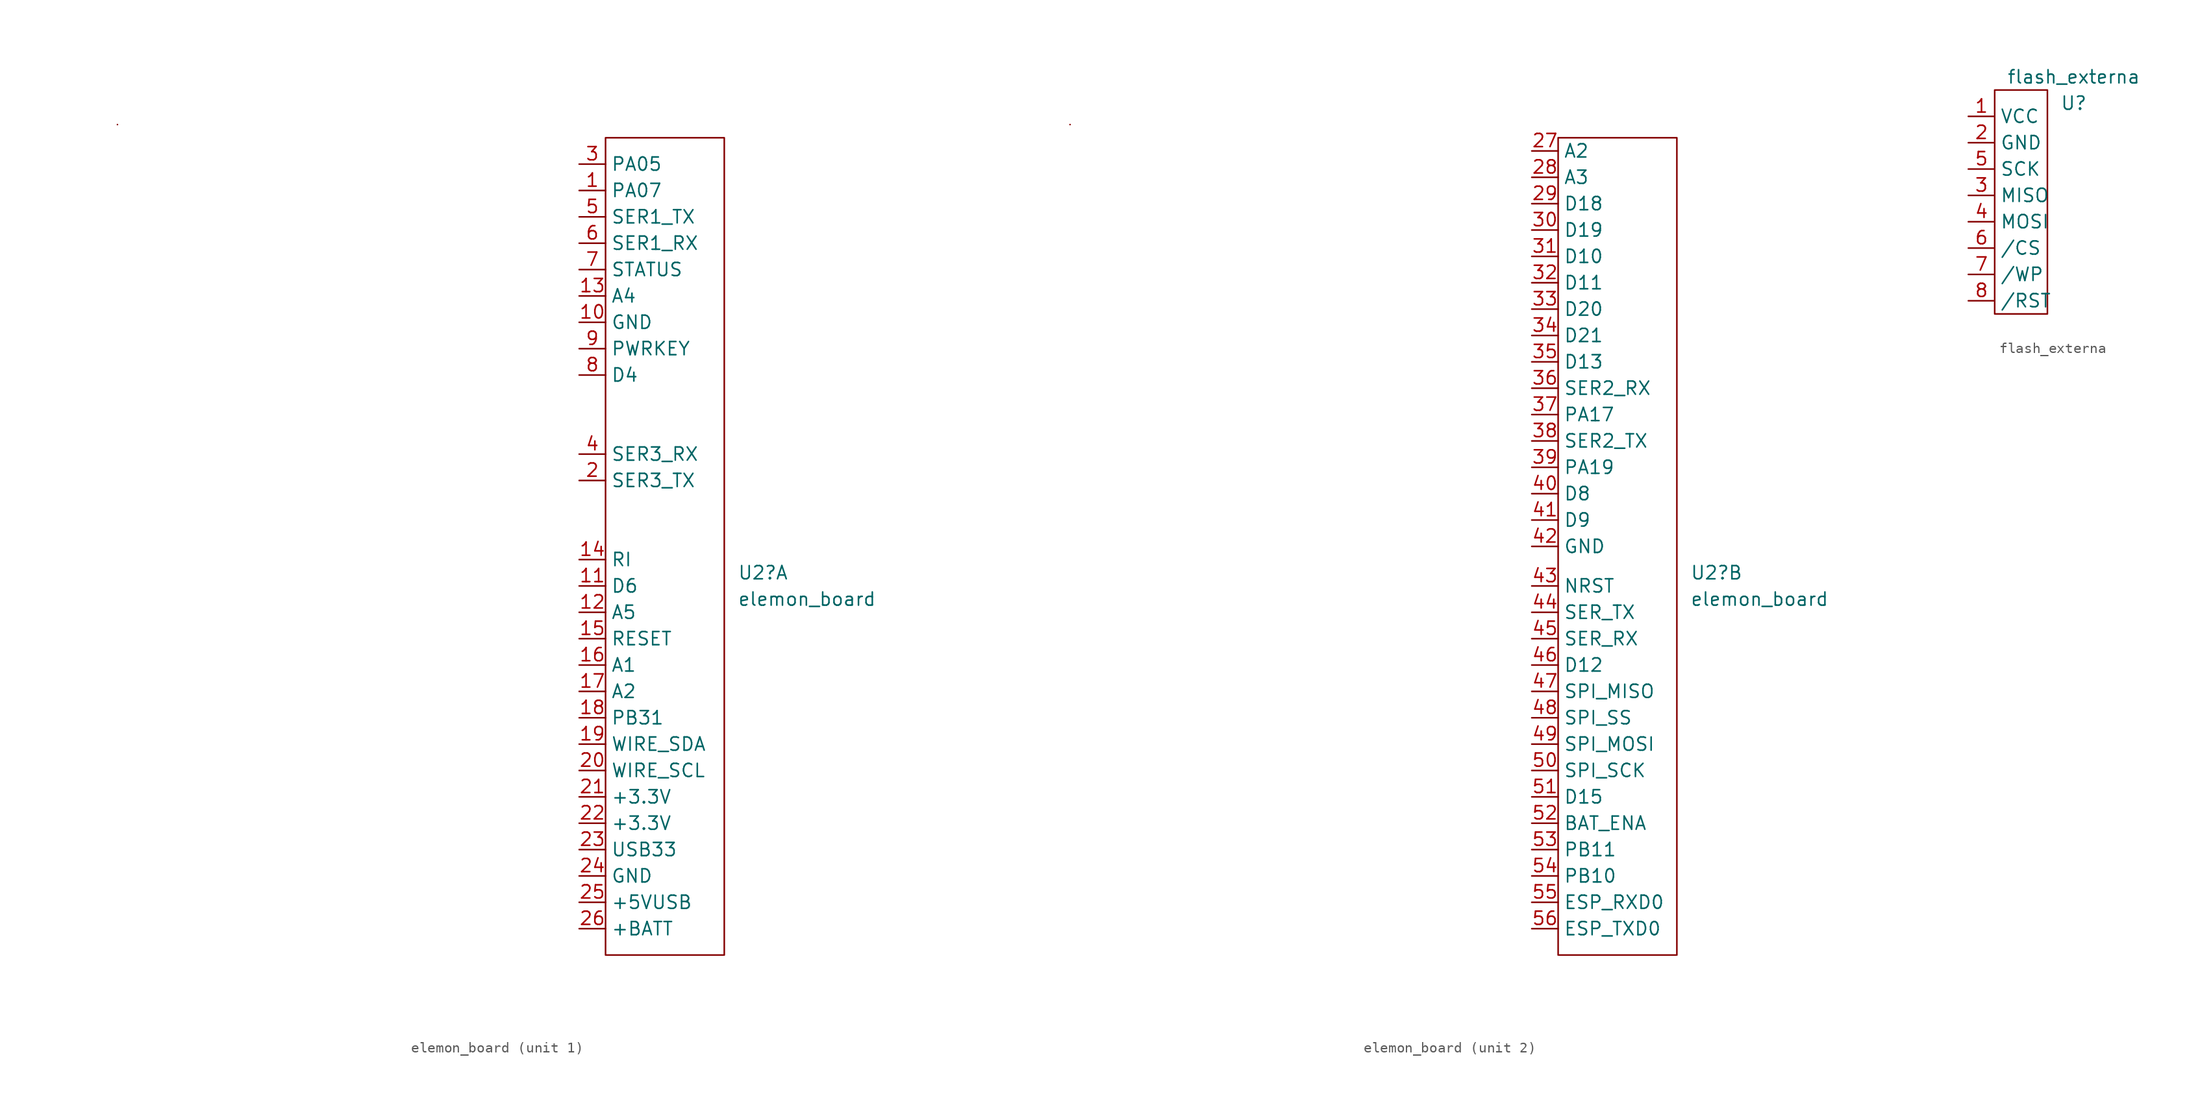
<source format=kicad_sym>
(kicad_symbol_lib
  (version 20211014)
  (generator kicad_symbol_editor)
  (symbol "elemon_board"
    (property "Reference" "U2"
      (at 12.7 -43.18 0)
      (effects (font (size 1.27 1.27)) (justify left)))
    (property "Value" "elemon_board"
      (at 12.7 -45.72 0)
      (effects (font (size 1.27 1.27)) (justify left)))
    (property "ki_locked" ""
      (at 0 0 0)
      (effects (font (size 1.27 1.27))))
    (symbol "elemon_board_0_1"
      (rectangle (start -46.99 0) (end -46.99 0) (stroke (width 0) (type default) (color 0 0 0 0)) (fill (type none)))
      (rectangle (start 0 -1.27) (end 11.43 -80.01) (stroke (width 0) (type default) (color 0 0 0 0)) (fill (type none))))
    (symbol "elemon_board_1_1"
      (pin bidirectional line (at -2.54 -6.35 0) (length 2.54) (name "PA07" (effects (font (size 1.27 1.27)))) (number "1" (effects (font (size 1.27 1.27)))))
      (pin power_out line (at -2.54 -19.05 0) (length 2.54) (name "GND" (effects (font (size 1.27 1.27)))) (number "10" (effects (font (size 1.27 1.27)))))
      (pin bidirectional line (at -2.54 -44.45 0) (length 2.54) (name "D6" (effects (font (size 1.27 1.27)))) (number "11" (effects (font (size 1.27 1.27)))))
      (pin bidirectional line (at -2.54 -46.99 0) (length 2.54) (name "A5" (effects (font (size 1.27 1.27)))) (number "12" (effects (font (size 1.27 1.27)))))
      (pin bidirectional line (at -2.54 -16.51 0) (length 2.54) (name "A4" (effects (font (size 1.27 1.27)))) (number "13" (effects (font (size 1.27 1.27)))))
      (pin bidirectional line (at -2.54 -41.91 0) (length 2.54) (name "RI" (effects (font (size 1.27 1.27)))) (number "14" (effects (font (size 1.27 1.27)))))
      (pin input line (at -2.54 -49.53 0) (length 2.54) (name "RESET" (effects (font (size 1.27 1.27)))) (number "15" (effects (font (size 1.27 1.27)))))
      (pin bidirectional line (at -2.54 -52.07 0) (length 2.54) (name "A1" (effects (font (size 1.27 1.27)))) (number "16" (effects (font (size 1.27 1.27)))))
      (pin bidirectional line (at -2.54 -54.61 0) (length 2.54) (name "A2" (effects (font (size 1.27 1.27)))) (number "17" (effects (font (size 1.27 1.27)))))
      (pin bidirectional line (at -2.54 -57.15 0) (length 2.54) (name "PB31" (effects (font (size 1.27 1.27)))) (number "18" (effects (font (size 1.27 1.27)))))
      (pin bidirectional line (at -2.54 -59.69 0) (length 2.54) (name "WIRE_SDA" (effects (font (size 1.27 1.27)))) (number "19" (effects (font (size 1.27 1.27)))))
      (pin bidirectional line (at -2.54 -34.29 0) (length 2.54) (name "SER3_TX" (effects (font (size 1.27 1.27)))) (number "2" (effects (font (size 1.27 1.27)))))
      (pin bidirectional line (at -2.54 -62.23 0) (length 2.54) (name "WIRE_SCL" (effects (font (size 1.27 1.27)))) (number "20" (effects (font (size 1.27 1.27)))))
      (pin power_out line (at -2.54 -64.77 0) (length 2.54) (name "+3.3V" (effects (font (size 1.27 1.27)))) (number "21" (effects (font (size 1.27 1.27)))))
      (pin power_out line (at -2.54 -67.31 0) (length 2.54) (name "+3.3V" (effects (font (size 1.27 1.27)))) (number "22" (effects (font (size 1.27 1.27)))))
      (pin power_out line (at -2.54 -69.85 0) (length 2.54) (name "USB33" (effects (font (size 1.27 1.27)))) (number "23" (effects (font (size 1.27 1.27)))))
      (pin power_out line (at -2.54 -72.39 0) (length 2.54) (name "GND" (effects (font (size 1.27 1.27)))) (number "24" (effects (font (size 1.27 1.27)))))
      (pin power_out line (at -2.54 -74.93 0) (length 2.54) (name "+5VUSB" (effects (font (size 1.27 1.27)))) (number "25" (effects (font (size 1.27 1.27)))))
      (pin power_in line (at -2.54 -77.47 0) (length 2.54) (name "+BATT" (effects (font (size 1.27 1.27)))) (number "26" (effects (font (size 1.27 1.27)))))
      (pin bidirectional line (at -2.54 -3.81 0) (length 2.54) (name "PA05" (effects (font (size 1.27 1.27)))) (number "3" (effects (font (size 1.27 1.27)))))
      (pin bidirectional line (at -2.54 -31.75 0) (length 2.54) (name "SER3_RX" (effects (font (size 1.27 1.27)))) (number "4" (effects (font (size 1.27 1.27)))))
      (pin bidirectional line (at -2.54 -8.89 0) (length 2.54) (name "SER1_TX" (effects (font (size 1.27 1.27)))) (number "5" (effects (font (size 1.27 1.27)))))
      (pin bidirectional line (at -2.54 -11.43 0) (length 2.54) (name "SER1_RX" (effects (font (size 1.27 1.27)))) (number "6" (effects (font (size 1.27 1.27)))))
      (pin bidirectional line (at -2.54 -13.97 0) (length 2.54) (name "STATUS" (effects (font (size 1.27 1.27)))) (number "7" (effects (font (size 1.27 1.27)))))
      (pin bidirectional line (at -2.54 -24.13 0) (length 2.54) (name "D4" (effects (font (size 1.27 1.27)))) (number "8" (effects (font (size 1.27 1.27)))))
      (pin bidirectional line (at -2.54 -21.59 0) (length 2.54) (name "PWRKEY" (effects (font (size 1.27 1.27)))) (number "9" (effects (font (size 1.27 1.27))))))
    (symbol "elemon_board_2_1"
      (pin bidirectional line (at -2.54 -2.54 0) (length 2.54) (name "A2" (effects (font (size 1.27 1.27)))) (number "27" (effects (font (size 1.27 1.27)))))
      (pin bidirectional line (at -2.54 -5.08 0) (length 2.54) (name "A3" (effects (font (size 1.27 1.27)))) (number "28" (effects (font (size 1.27 1.27)))))
      (pin bidirectional line (at -2.54 -7.62 0) (length 2.54) (name "D18" (effects (font (size 1.27 1.27)))) (number "29" (effects (font (size 1.27 1.27)))))
      (pin bidirectional line (at -2.54 -10.16 0) (length 2.54) (name "D19" (effects (font (size 1.27 1.27)))) (number "30" (effects (font (size 1.27 1.27)))))
      (pin bidirectional line (at -2.54 -12.7 0) (length 2.54) (name "D10" (effects (font (size 1.27 1.27)))) (number "31" (effects (font (size 1.27 1.27)))))
      (pin bidirectional line (at -2.54 -15.24 0) (length 2.54) (name "D11" (effects (font (size 1.27 1.27)))) (number "32" (effects (font (size 1.27 1.27)))))
      (pin bidirectional line (at -2.54 -17.78 0) (length 2.54) (name "D20" (effects (font (size 1.27 1.27)))) (number "33" (effects (font (size 1.27 1.27)))))
      (pin bidirectional line (at -2.54 -20.32 0) (length 2.54) (name "D21" (effects (font (size 1.27 1.27)))) (number "34" (effects (font (size 1.27 1.27)))))
      (pin bidirectional line (at -2.54 -22.86 0) (length 2.54) (name "D13" (effects (font (size 1.27 1.27)))) (number "35" (effects (font (size 1.27 1.27)))))
      (pin bidirectional line (at -2.54 -25.4 0) (length 2.54) (name "SER2_RX" (effects (font (size 1.27 1.27)))) (number "36" (effects (font (size 1.27 1.27)))))
      (pin bidirectional line (at -2.54 -27.94 0) (length 2.54) (name "PA17" (effects (font (size 1.27 1.27)))) (number "37" (effects (font (size 1.27 1.27)))))
      (pin bidirectional line (at -2.54 -30.48 0) (length 2.54) (name "SER2_TX" (effects (font (size 1.27 1.27)))) (number "38" (effects (font (size 1.27 1.27)))))
      (pin bidirectional line (at -2.54 -33.02 0) (length 2.54) (name "PA19" (effects (font (size 1.27 1.27)))) (number "39" (effects (font (size 1.27 1.27)))))
      (pin bidirectional line (at -2.54 -35.56 0) (length 2.54) (name "D8" (effects (font (size 1.27 1.27)))) (number "40" (effects (font (size 1.27 1.27)))))
      (pin bidirectional line (at -2.54 -38.1 0) (length 2.54) (name "D9" (effects (font (size 1.27 1.27)))) (number "41" (effects (font (size 1.27 1.27)))))
      (pin power_out line (at -2.54 -40.64 0) (length 2.54) (name "GND" (effects (font (size 1.27 1.27)))) (number "42" (effects (font (size 1.27 1.27)))))
      (pin input line (at -2.54 -44.45 0) (length 2.54) (name "NRST" (effects (font (size 1.27 1.27)))) (number "43" (effects (font (size 1.27 1.27)))))
      (pin bidirectional line (at -2.54 -46.99 0) (length 2.54) (name "SER_TX" (effects (font (size 1.27 1.27)))) (number "44" (effects (font (size 1.27 1.27)))))
      (pin bidirectional line (at -2.54 -49.53 0) (length 2.54) (name "SER_RX" (effects (font (size 1.27 1.27)))) (number "45" (effects (font (size 1.27 1.27)))))
      (pin bidirectional line (at -2.54 -52.07 0) (length 2.54) (name "D12" (effects (font (size 1.27 1.27)))) (number "46" (effects (font (size 1.27 1.27)))))
      (pin bidirectional line (at -2.54 -54.61 0) (length 2.54) (name "SPI_MISO" (effects (font (size 1.27 1.27)))) (number "47" (effects (font (size 1.27 1.27)))))
      (pin bidirectional line (at -2.54 -57.15 0) (length 2.54) (name "SPI_SS" (effects (font (size 1.27 1.27)))) (number "48" (effects (font (size 1.27 1.27)))))
      (pin bidirectional line (at -2.54 -59.69 0) (length 2.54) (name "SPI_MOSI" (effects (font (size 1.27 1.27)))) (number "49" (effects (font (size 1.27 1.27)))))
      (pin bidirectional line (at -2.54 -62.23 0) (length 2.54) (name "SPI_SCK" (effects (font (size 1.27 1.27)))) (number "50" (effects (font (size 1.27 1.27)))))
      (pin bidirectional line (at -2.54 -64.77 0) (length 2.54) (name "D15" (effects (font (size 1.27 1.27)))) (number "51" (effects (font (size 1.27 1.27)))))
      (pin bidirectional line (at -2.54 -67.31 0) (length 2.54) (name "BAT_ENA" (effects (font (size 1.27 1.27)))) (number "52" (effects (font (size 1.27 1.27)))))
      (pin bidirectional line (at -2.54 -69.85 0) (length 2.54) (name "PB11" (effects (font (size 1.27 1.27)))) (number "53" (effects (font (size 1.27 1.27)))))
      (pin bidirectional line (at -2.54 -72.39 0) (length 2.54) (name "PB10" (effects (font (size 1.27 1.27)))) (number "54" (effects (font (size 1.27 1.27)))))
      (pin bidirectional line (at -2.54 -74.93 0) (length 2.54) (name "ESP_RXD0" (effects (font (size 1.27 1.27)))) (number "55" (effects (font (size 1.27 1.27)))))
      (pin bidirectional line (at -2.54 -77.47 0) (length 2.54) (name "ESP_TXD0" (effects (font (size 1.27 1.27)))) (number "56" (effects (font (size 1.27 1.27)))))))
  (symbol "flash_externa"
    (property "Reference" "U"
      (at 7.62 -1.27 0)
      (effects (font (size 1.27 1.27))))
    (property "Value" "flash_externa"
      (at 7.62 1.27 0)
      (effects (font (size 1.27 1.27))))
    (symbol "flash_externa_0_1"
      (rectangle (start 0 0) (end 5.08 -21.59) (stroke (width 0) (type default) (color 0 0 0 0)) (fill (type none))))
    (symbol "flash_externa_1_1"
      (pin power_in line (at -2.54 -2.54 0) (length 2.54) (name "VCC" (effects (font (size 1.27 1.27)))) (number "1" (effects (font (size 1.27 1.27)))))
      (pin power_in line (at -2.54 -5.08 0) (length 2.54) (name "GND" (effects (font (size 1.27 1.27)))) (number "2" (effects (font (size 1.27 1.27)))))
      (pin output line (at -2.54 -10.16 0) (length 2.54) (name "MISO" (effects (font (size 1.27 1.27)))) (number "3" (effects (font (size 1.27 1.27)))))
      (pin input line (at -2.54 -12.7 0) (length 2.54) (name "MOSI" (effects (font (size 1.27 1.27)))) (number "4" (effects (font (size 1.27 1.27)))))
      (pin input line (at -2.54 -7.62 0) (length 2.54) (name "SCK" (effects (font (size 1.27 1.27)))) (number "5" (effects (font (size 1.27 1.27)))))
      (pin input line (at -2.54 -15.24 0) (length 2.54) (name "/CS" (effects (font (size 1.27 1.27)))) (number "6" (effects (font (size 1.27 1.27)))))
      (pin input line (at -2.54 -17.78 0) (length 2.54) (name "/WP" (effects (font (size 1.27 1.27)))) (number "7" (effects (font (size 1.27 1.27)))))
      (pin input line (at -2.54 -20.32 0) (length 2.54) (name "/RST" (effects (font (size 1.27 1.27)))) (number "8" (effects (font (size 1.27 1.27))))))))
</source>
